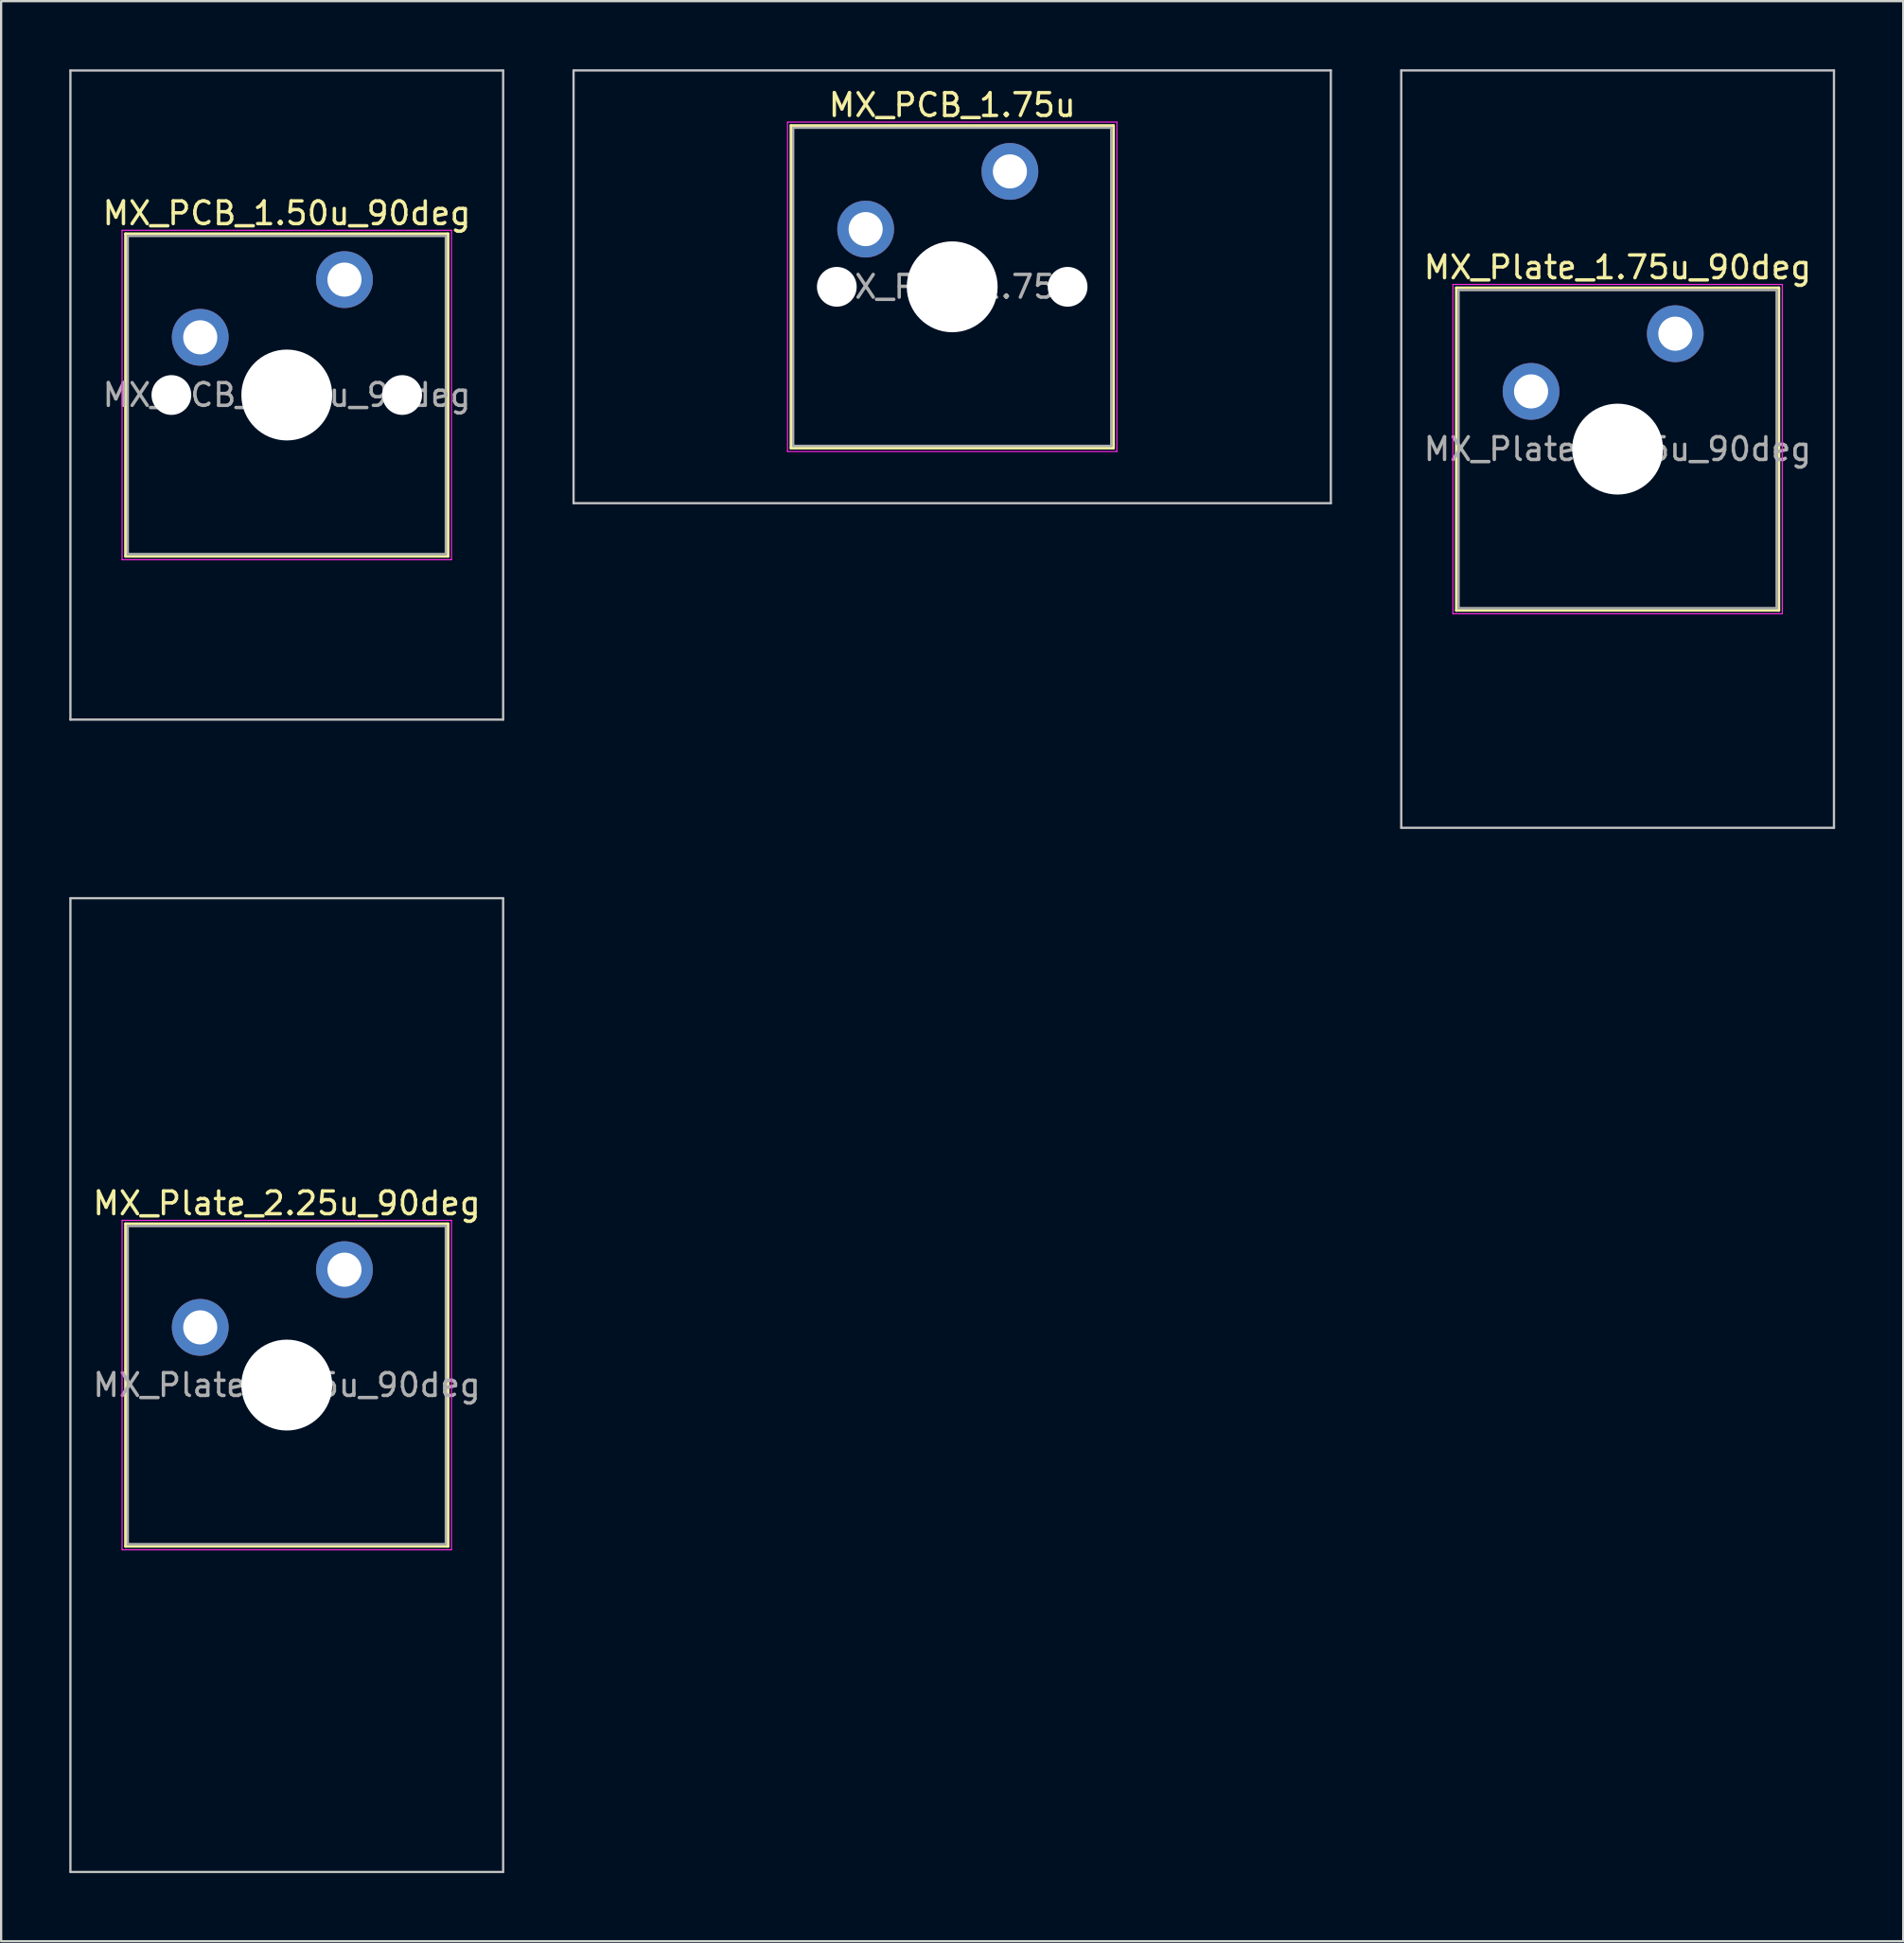
<source format=kicad_pcb>
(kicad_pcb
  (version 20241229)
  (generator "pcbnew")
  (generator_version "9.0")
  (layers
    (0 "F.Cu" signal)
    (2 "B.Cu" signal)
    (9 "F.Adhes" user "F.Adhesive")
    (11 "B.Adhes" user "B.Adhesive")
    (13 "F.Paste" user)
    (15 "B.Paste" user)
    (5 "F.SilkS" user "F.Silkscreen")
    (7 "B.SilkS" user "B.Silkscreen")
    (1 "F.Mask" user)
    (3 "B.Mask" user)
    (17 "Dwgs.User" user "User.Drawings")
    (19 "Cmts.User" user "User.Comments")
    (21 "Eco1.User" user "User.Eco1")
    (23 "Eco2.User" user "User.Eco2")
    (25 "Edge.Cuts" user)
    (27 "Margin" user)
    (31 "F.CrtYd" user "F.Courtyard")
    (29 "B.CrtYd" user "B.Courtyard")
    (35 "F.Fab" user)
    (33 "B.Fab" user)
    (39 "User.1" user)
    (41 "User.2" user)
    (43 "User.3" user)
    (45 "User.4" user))
  (footprint "MX_Plate_1.75u_90deg"
    (layer "F.Cu")
    (at 68.162 16.719)
    (property "Reference" "MX_Plate_1.75u_90deg" (at 0 -8 0) (layer "F.SilkS") (effects (font (size 1 1) (thickness 0.15))))
    (attr through_hole)
    (fp_line (start -7.1 -7.1) (end -7.1 7.1) (stroke (width 0.12) (type solid)) (layer "F.SilkS"))
    (fp_line (start -7.1 7.1) (end 7.1 7.1) (stroke (width 0.12) (type solid)) (layer "F.SilkS"))
    (fp_line (start 7.1 -7.1) (end -7.1 -7.1) (stroke (width 0.12) (type solid)) (layer "F.SilkS"))
    (fp_line (start 7.1 7.1) (end 7.1 -7.1) (stroke (width 0.12) (type solid)) (layer "F.SilkS"))
    (fp_line (start -9.525 -16.669) (end 9.525 -16.669) (stroke (width 0.1) (type solid)) (layer "Dwgs.User"))
    (fp_line (start -9.525 16.669) (end -9.525 -16.669) (stroke (width 0.1) (type solid)) (layer "Dwgs.User"))
    (fp_line (start 9.525 -16.669) (end 9.525 16.669) (stroke (width 0.1) (type solid)) (layer "Dwgs.User"))
    (fp_line (start 9.525 16.669) (end -9.525 16.669) (stroke (width 0.1) (type solid)) (layer "Dwgs.User"))
    (fp_line (start -7 -7) (end -7 7) (stroke (width 0.1) (type solid)) (layer "Eco1.User"))
    (fp_line (start -7 7) (end 7 7) (stroke (width 0.1) (type solid)) (layer "Eco1.User"))
    (fp_line (start 7 -7) (end -7 -7) (stroke (width 0.1) (type solid)) (layer "Eco1.User"))
    (fp_line (start 7 7) (end 7 -7) (stroke (width 0.1) (type solid)) (layer "Eco1.User"))
    (fp_line (start -7.25 -7.25) (end -7.25 7.25) (stroke (width 0.05) (type solid)) (layer "F.CrtYd"))
    (fp_line (start -7.25 7.25) (end 7.25 7.25) (stroke (width 0.05) (type solid)) (layer "F.CrtYd"))
    (fp_line (start 7.25 -7.25) (end -7.25 -7.25) (stroke (width 0.05) (type solid)) (layer "F.CrtYd"))
    (fp_line (start 7.25 7.25) (end 7.25 -7.25) (stroke (width 0.05) (type solid)) (layer "F.CrtYd"))
    (fp_line (start -7 -7) (end -7 7) (stroke (width 0.1) (type solid)) (layer "F.Fab"))
    (fp_line (start -7 7) (end 7 7) (stroke (width 0.1) (type solid)) (layer "F.Fab"))
    (fp_line (start 7 -7) (end -7 -7) (stroke (width 0.1) (type solid)) (layer "F.Fab"))
    (fp_line (start 7 7) (end 7 -7) (stroke (width 0.1) (type solid)) (layer "F.Fab"))
    (fp_text user "${REFERENCE}" (at 0 0 0) (layer "F.Fab") (effects (font (size 1 1) (thickness 0.15))))
    (pad "" np_thru_hole circle (at 0 0) (size 4 4) (drill 4) (layers "*.Cu" "*.Mask"))
    (pad "1" thru_hole circle (at -3.81 -2.54) (size 2.5 2.5) (drill 1.5) (layers "*.Cu" "*.Mask"))
    (pad "2" thru_hole circle (at 2.54 -5.08) (size 2.5 2.5) (drill 1.5) (layers "*.Cu" "*.Mask")))
  (footprint "MX_PCB_1.50u_90deg"
    (layer "F.Cu")
    (at 9.575 14.338)
    (property "Reference" "MX_PCB_1.50u_90deg" (at 0 -8 0) (layer "F.SilkS") (effects (font (size 1 1) (thickness 0.15))))
    (attr through_hole)
    (fp_line (start -7.1 -7.1) (end -7.1 7.1) (stroke (width 0.12) (type solid)) (layer "F.SilkS"))
    (fp_line (start -7.1 7.1) (end 7.1 7.1) (stroke (width 0.12) (type solid)) (layer "F.SilkS"))
    (fp_line (start 7.1 -7.1) (end -7.1 -7.1) (stroke (width 0.12) (type solid)) (layer "F.SilkS"))
    (fp_line (start 7.1 7.1) (end 7.1 -7.1) (stroke (width 0.12) (type solid)) (layer "F.SilkS"))
    (fp_line (start -9.525 -14.287) (end 9.525 -14.287) (stroke (width 0.1) (type solid)) (layer "Dwgs.User"))
    (fp_line (start -9.525 14.287) (end -9.525 -14.287) (stroke (width 0.1) (type solid)) (layer "Dwgs.User"))
    (fp_line (start 9.525 -14.287) (end 9.525 14.287) (stroke (width 0.1) (type solid)) (layer "Dwgs.User"))
    (fp_line (start 9.525 14.287) (end -9.525 14.287) (stroke (width 0.1) (type solid)) (layer "Dwgs.User"))
    (fp_line (start -7 -7) (end -7 7) (stroke (width 0.1) (type solid)) (layer "Eco1.User"))
    (fp_line (start -7 7) (end 7 7) (stroke (width 0.1) (type solid)) (layer "Eco1.User"))
    (fp_line (start 7 -7) (end -7 -7) (stroke (width 0.1) (type solid)) (layer "Eco1.User"))
    (fp_line (start 7 7) (end 7 -7) (stroke (width 0.1) (type solid)) (layer "Eco1.User"))
    (fp_line (start -7.25 -7.25) (end -7.25 7.25) (stroke (width 0.05) (type solid)) (layer "F.CrtYd"))
    (fp_line (start -7.25 7.25) (end 7.25 7.25) (stroke (width 0.05) (type solid)) (layer "F.CrtYd"))
    (fp_line (start 7.25 -7.25) (end -7.25 -7.25) (stroke (width 0.05) (type solid)) (layer "F.CrtYd"))
    (fp_line (start 7.25 7.25) (end 7.25 -7.25) (stroke (width 0.05) (type solid)) (layer "F.CrtYd"))
    (fp_line (start -7 -7) (end -7 7) (stroke (width 0.1) (type solid)) (layer "F.Fab"))
    (fp_line (start -7 7) (end 7 7) (stroke (width 0.1) (type solid)) (layer "F.Fab"))
    (fp_line (start 7 -7) (end -7 -7) (stroke (width 0.1) (type solid)) (layer "F.Fab"))
    (fp_line (start 7 7) (end 7 -7) (stroke (width 0.1) (type solid)) (layer "F.Fab"))
    (fp_text user "${REFERENCE}" (at 0 0 0) (layer "F.Fab") (effects (font (size 1 1) (thickness 0.15))))
    (pad "" np_thru_hole circle (at -5.08 0) (size 1.75 1.75) (drill 1.75) (layers "*.Cu" "*.Mask"))
    (pad "" np_thru_hole circle (at 0 0) (size 4 4) (drill 4) (layers "*.Cu" "*.Mask"))
    (pad "" np_thru_hole circle (at 5.08 0) (size 1.75 1.75) (drill 1.75) (layers "*.Cu" "*.Mask"))
    (pad "1" thru_hole circle (at -3.81 -2.54) (size 2.5 2.5) (drill 1.5) (layers "*.Cu" "*.Mask"))
    (pad "2" thru_hole circle (at 2.54 -5.08) (size 2.5 2.5) (drill 1.5) (layers "*.Cu" "*.Mask")))
  (footprint "MX_PCB_1.75u"
    (layer "F.Cu")
    (at 38.869 9.575)
    (property "Reference" "MX_PCB_1.75u" (at 0 -8 0) (layer "F.SilkS") (effects (font (size 1 1) (thickness 0.15))))
    (attr through_hole)
    (fp_line (start -7.1 -7.1) (end -7.1 7.1) (stroke (width 0.12) (type solid)) (layer "F.SilkS"))
    (fp_line (start -7.1 7.1) (end 7.1 7.1) (stroke (width 0.12) (type solid)) (layer "F.SilkS"))
    (fp_line (start 7.1 -7.1) (end -7.1 -7.1) (stroke (width 0.12) (type solid)) (layer "F.SilkS"))
    (fp_line (start 7.1 7.1) (end 7.1 -7.1) (stroke (width 0.12) (type solid)) (layer "F.SilkS"))
    (fp_line (start -16.669 -9.525) (end -16.669 9.525) (stroke (width 0.1) (type solid)) (layer "Dwgs.User"))
    (fp_line (start -16.669 9.525) (end 16.669 9.525) (stroke (width 0.1) (type solid)) (layer "Dwgs.User"))
    (fp_line (start 16.669 -9.525) (end -16.669 -9.525) (stroke (width 0.1) (type solid)) (layer "Dwgs.User"))
    (fp_line (start 16.669 9.525) (end 16.669 -9.525) (stroke (width 0.1) (type solid)) (layer "Dwgs.User"))
    (fp_line (start -7 -7) (end -7 7) (stroke (width 0.1) (type solid)) (layer "Eco1.User"))
    (fp_line (start -7 7) (end 7 7) (stroke (width 0.1) (type solid)) (layer "Eco1.User"))
    (fp_line (start 7 -7) (end -7 -7) (stroke (width 0.1) (type solid)) (layer "Eco1.User"))
    (fp_line (start 7 7) (end 7 -7) (stroke (width 0.1) (type solid)) (layer "Eco1.User"))
    (fp_line (start -7.25 -7.25) (end -7.25 7.25) (stroke (width 0.05) (type solid)) (layer "F.CrtYd"))
    (fp_line (start -7.25 7.25) (end 7.25 7.25) (stroke (width 0.05) (type solid)) (layer "F.CrtYd"))
    (fp_line (start 7.25 -7.25) (end -7.25 -7.25) (stroke (width 0.05) (type solid)) (layer "F.CrtYd"))
    (fp_line (start 7.25 7.25) (end 7.25 -7.25) (stroke (width 0.05) (type solid)) (layer "F.CrtYd"))
    (fp_line (start -7 -7) (end -7 7) (stroke (width 0.1) (type solid)) (layer "F.Fab"))
    (fp_line (start -7 7) (end 7 7) (stroke (width 0.1) (type solid)) (layer "F.Fab"))
    (fp_line (start 7 -7) (end -7 -7) (stroke (width 0.1) (type solid)) (layer "F.Fab"))
    (fp_line (start 7 7) (end 7 -7) (stroke (width 0.1) (type solid)) (layer "F.Fab"))
    (fp_text user "${REFERENCE}" (at 0 0 0) (layer "F.Fab") (effects (font (size 1 1) (thickness 0.15))))
    (pad "" np_thru_hole circle (at -5.08 0) (size 1.75 1.75) (drill 1.75) (layers "*.Cu" "*.Mask"))
    (pad "" np_thru_hole circle (at 0 0) (size 4 4) (drill 4) (layers "*.Cu" "*.Mask"))
    (pad "" np_thru_hole circle (at 5.08 0) (size 1.75 1.75) (drill 1.75) (layers "*.Cu" "*.Mask"))
    (pad "1" thru_hole circle (at -3.81 -2.54) (size 2.5 2.5) (drill 1.5) (layers "*.Cu" "*.Mask"))
    (pad "2" thru_hole circle (at 2.54 -5.08) (size 2.5 2.5) (drill 1.5) (layers "*.Cu" "*.Mask")))
  (footprint "MX_Plate_2.25u_90deg"
    (layer "F.Cu")
    (at 9.575 57.919)
    (property "Reference" "MX_Plate_2.25u_90deg" (at 0 -8 0) (layer "F.SilkS") (effects (font (size 1 1) (thickness 0.15))))
    (attr through_hole)
    (fp_line (start -7.1 -7.1) (end -7.1 7.1) (stroke (width 0.12) (type solid)) (layer "F.SilkS"))
    (fp_line (start -7.1 7.1) (end 7.1 7.1) (stroke (width 0.12) (type solid)) (layer "F.SilkS"))
    (fp_line (start 7.1 -7.1) (end -7.1 -7.1) (stroke (width 0.12) (type solid)) (layer "F.SilkS"))
    (fp_line (start 7.1 7.1) (end 7.1 -7.1) (stroke (width 0.12) (type solid)) (layer "F.SilkS"))
    (fp_line (start -9.525 -21.431) (end 9.525 -21.431) (stroke (width 0.1) (type solid)) (layer "Dwgs.User"))
    (fp_line (start -9.525 21.431) (end -9.525 -21.431) (stroke (width 0.1) (type solid)) (layer "Dwgs.User"))
    (fp_line (start 9.525 -21.431) (end 9.525 21.431) (stroke (width 0.1) (type solid)) (layer "Dwgs.User"))
    (fp_line (start 9.525 21.431) (end -9.525 21.431) (stroke (width 0.1) (type solid)) (layer "Dwgs.User"))
    (fp_line (start -7 -7) (end -7 7) (stroke (width 0.1) (type solid)) (layer "Eco1.User"))
    (fp_line (start -7 7) (end 7 7) (stroke (width 0.1) (type solid)) (layer "Eco1.User"))
    (fp_line (start 7 -7) (end -7 -7) (stroke (width 0.1) (type solid)) (layer "Eco1.User"))
    (fp_line (start 7 7) (end 7 -7) (stroke (width 0.1) (type solid)) (layer "Eco1.User"))
    (fp_line (start -7.25 -7.25) (end -7.25 7.25) (stroke (width 0.05) (type solid)) (layer "F.CrtYd"))
    (fp_line (start -7.25 7.25) (end 7.25 7.25) (stroke (width 0.05) (type solid)) (layer "F.CrtYd"))
    (fp_line (start 7.25 -7.25) (end -7.25 -7.25) (stroke (width 0.05) (type solid)) (layer "F.CrtYd"))
    (fp_line (start 7.25 7.25) (end 7.25 -7.25) (stroke (width 0.05) (type solid)) (layer "F.CrtYd"))
    (fp_line (start -7 -7) (end -7 7) (stroke (width 0.1) (type solid)) (layer "F.Fab"))
    (fp_line (start -7 7) (end 7 7) (stroke (width 0.1) (type solid)) (layer "F.Fab"))
    (fp_line (start 7 -7) (end -7 -7) (stroke (width 0.1) (type solid)) (layer "F.Fab"))
    (fp_line (start 7 7) (end 7 -7) (stroke (width 0.1) (type solid)) (layer "F.Fab"))
    (fp_text user "${REFERENCE}" (at 0 0 0) (layer "F.Fab") (effects (font (size 1 1) (thickness 0.15))))
    (pad "" np_thru_hole circle (at 0 0) (size 4 4) (drill 4) (layers "*.Cu" "*.Mask"))
    (pad "1" thru_hole circle (at -3.81 -2.54) (size 2.5 2.5) (drill 1.5) (layers "*.Cu" "*.Mask"))
    (pad "2" thru_hole circle (at 2.54 -5.08) (size 2.5 2.5) (drill 1.5) (layers "*.Cu" "*.Mask")))
  (gr_rect
    (start -3 -3)
    (end 80.737 82.4)
    (stroke (width 0.1) (type default))
    (fill no)
    (layer "Edge.Cuts")))
</source>
